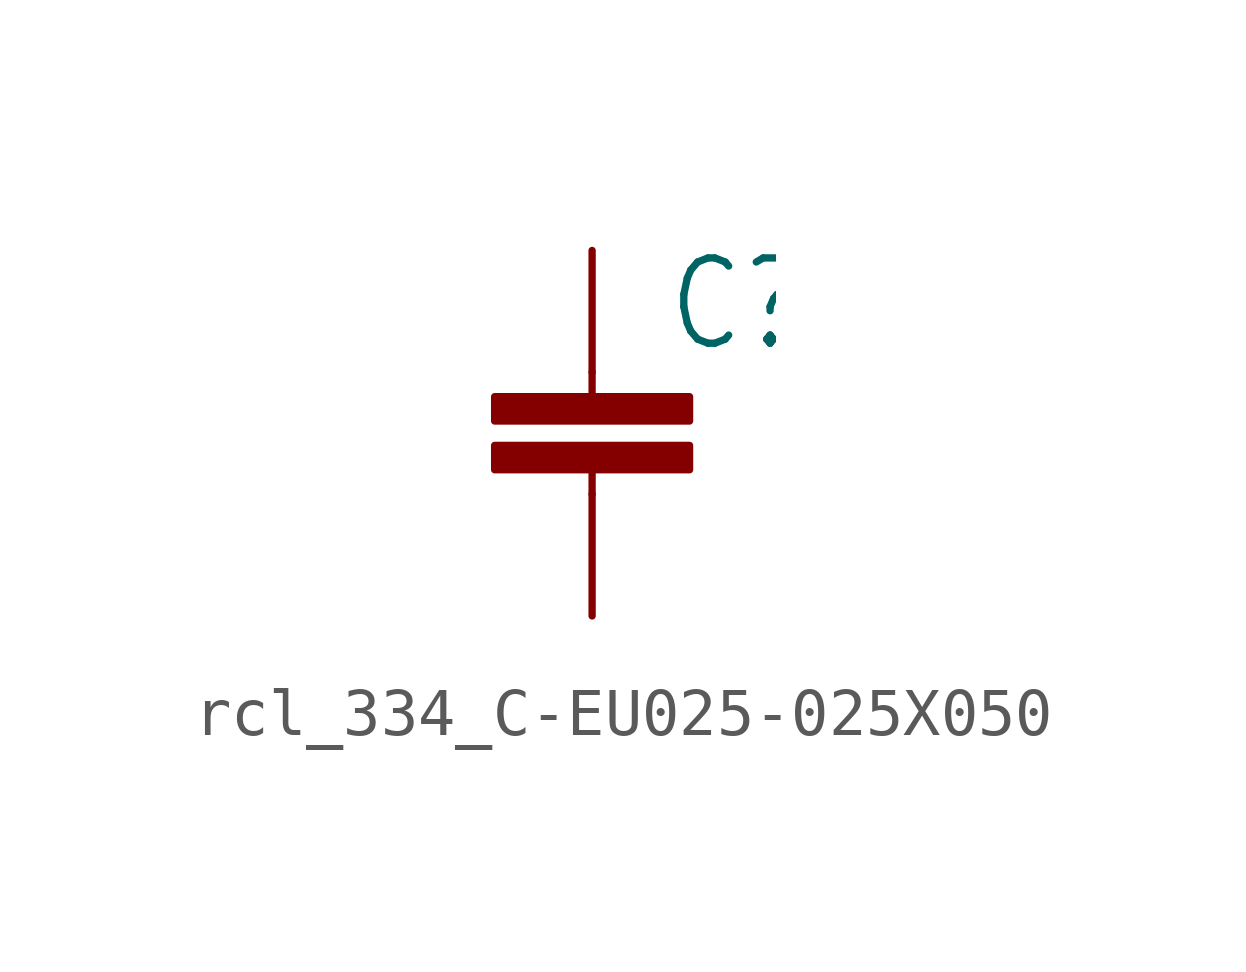
<source format=kicad_sym>
(kicad_symbol_lib
  (version 20241209)
  (generator "kicad_symbol_editor")
  (generator_version "9.0")
  (symbol "rcl_334_C-EU025-025X050"
    (property "Reference" "C"
      (at 1.524 0.381 0)
      (effects (font (size 1.778 1.511)) (justify left bottom)))
    (property "Value" ""
      (at 1.524 -4.699 0)
      (effects (font (size 1.778 1.511)) (justify left bottom)))
    (property "ki_locked" ""
      (at 0 0 0)
      (effects (font (size 1.27 1.27))))
    (symbol "rcl_334_C-EU025-025X050_1_0"
      (rectangle (start -2.032 -1.016) (end 2.032 -0.508) (stroke (width 0) (type default)) (fill (type outline)))
      (rectangle (start -2.032 -2.032) (end 2.032 -1.524) (stroke (width 0) (type default)) (fill (type outline)))
      (polyline (pts (xy 0 0) (xy 0 -0.508)) (stroke (width 0.152) (type solid)) (fill (type none)))
      (polyline (pts (xy 0 -2.54) (xy 0 -2.032)) (stroke (width 0.152) (type solid)) (fill (type none)))
      (pin passive line (at 0 2.54 270) (length 2.54) (name "1" (effects (font (size 0 0)))) (number "1" (effects (font (size 0 0)))))
      (pin passive line (at 0 -5.08 90) (length 2.54) (name "2" (effects (font (size 0 0)))) (number "2" (effects (font (size 0 0))))))))
</source>
